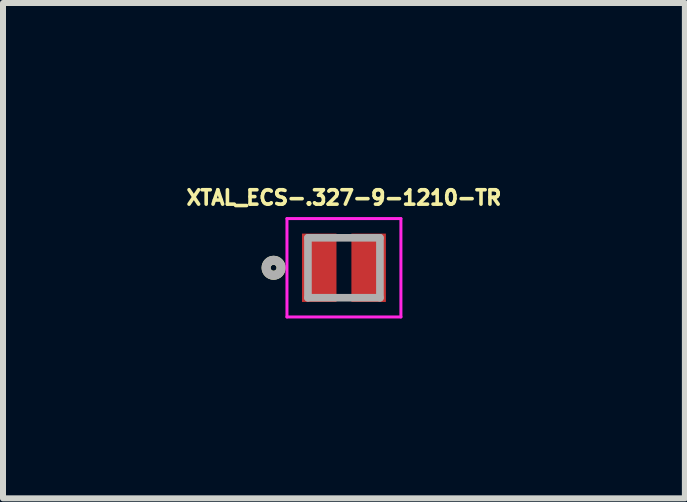
<source format=kicad_pcb>
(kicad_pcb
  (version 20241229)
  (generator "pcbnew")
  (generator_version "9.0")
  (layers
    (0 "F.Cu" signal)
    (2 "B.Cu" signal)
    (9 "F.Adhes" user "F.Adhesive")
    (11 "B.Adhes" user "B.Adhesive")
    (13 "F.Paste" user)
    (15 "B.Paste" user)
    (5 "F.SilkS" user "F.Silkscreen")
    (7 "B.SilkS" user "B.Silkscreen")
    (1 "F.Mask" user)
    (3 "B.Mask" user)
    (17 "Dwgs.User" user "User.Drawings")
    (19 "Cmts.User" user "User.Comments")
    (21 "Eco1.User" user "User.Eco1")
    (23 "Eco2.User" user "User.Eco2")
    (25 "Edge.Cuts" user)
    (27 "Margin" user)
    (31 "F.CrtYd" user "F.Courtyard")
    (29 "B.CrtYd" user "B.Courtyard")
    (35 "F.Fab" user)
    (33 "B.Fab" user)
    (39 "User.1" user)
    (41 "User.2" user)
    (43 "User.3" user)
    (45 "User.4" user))
  (footprint "XTAL_ECS-.327-9-1210-TR"
    (layer "F.Cu")
    (at 2.685 1.415)
    (property "Reference" "XTAL_ECS-.327-9-1210-TR" (at 0 -1.169 0) (layer "F.SilkS") (effects (font (size 0.24 0.24) (thickness 0.15))))
    (attr through_hole)
    (fp_circle (center -1.173 0) (end -1.123 0) (stroke (width 0.15) (type solid)) (fill no) (layer "F.SilkS"))
    (fp_line (start -0.95 -0.82) (end -0.95 0.82) (stroke (width 0.05) (type solid)) (layer "F.CrtYd"))
    (fp_line (start -0.95 0.82) (end 0.95 0.82) (stroke (width 0.05) (type solid)) (layer "F.CrtYd"))
    (fp_line (start 0.95 -0.82) (end -0.95 -0.82) (stroke (width 0.05) (type solid)) (layer "F.CrtYd"))
    (fp_line (start 0.95 0.82) (end 0.95 -0.82) (stroke (width 0.05) (type solid)) (layer "F.CrtYd"))
    (fp_line (start -0.6 -0.5) (end 0.6 -0.5) (stroke (width 0.127) (type solid)) (layer "F.Fab"))
    (fp_line (start -0.6 0.5) (end -0.6 -0.5) (stroke (width 0.127) (type solid)) (layer "F.Fab"))
    (fp_line (start 0.6 -0.5) (end 0.6 0.5) (stroke (width 0.127) (type solid)) (layer "F.Fab"))
    (fp_line (start 0.6 0.5) (end -0.6 0.5) (stroke (width 0.127) (type solid)) (layer "F.Fab"))
    (fp_circle (center -1.173 0) (end -1.123 0) (stroke (width 0.15) (type solid)) (fill no) (layer "F.Fab"))
    (pad "1" smd rect (at -0.412 0) (size 0.575 1.14) (layers "F.Cu" "F.Mask" "F.Paste"))
    (pad "2" smd rect (at 0.412 0) (size 0.575 1.14) (layers "F.Cu" "F.Mask" "F.Paste")))
  (gr_rect
    (start -3 -3)
    (end 8.37 5.26)
    (stroke (width 0.1) (type default))
    (fill no)
    (layer "Edge.Cuts")))
</source>
